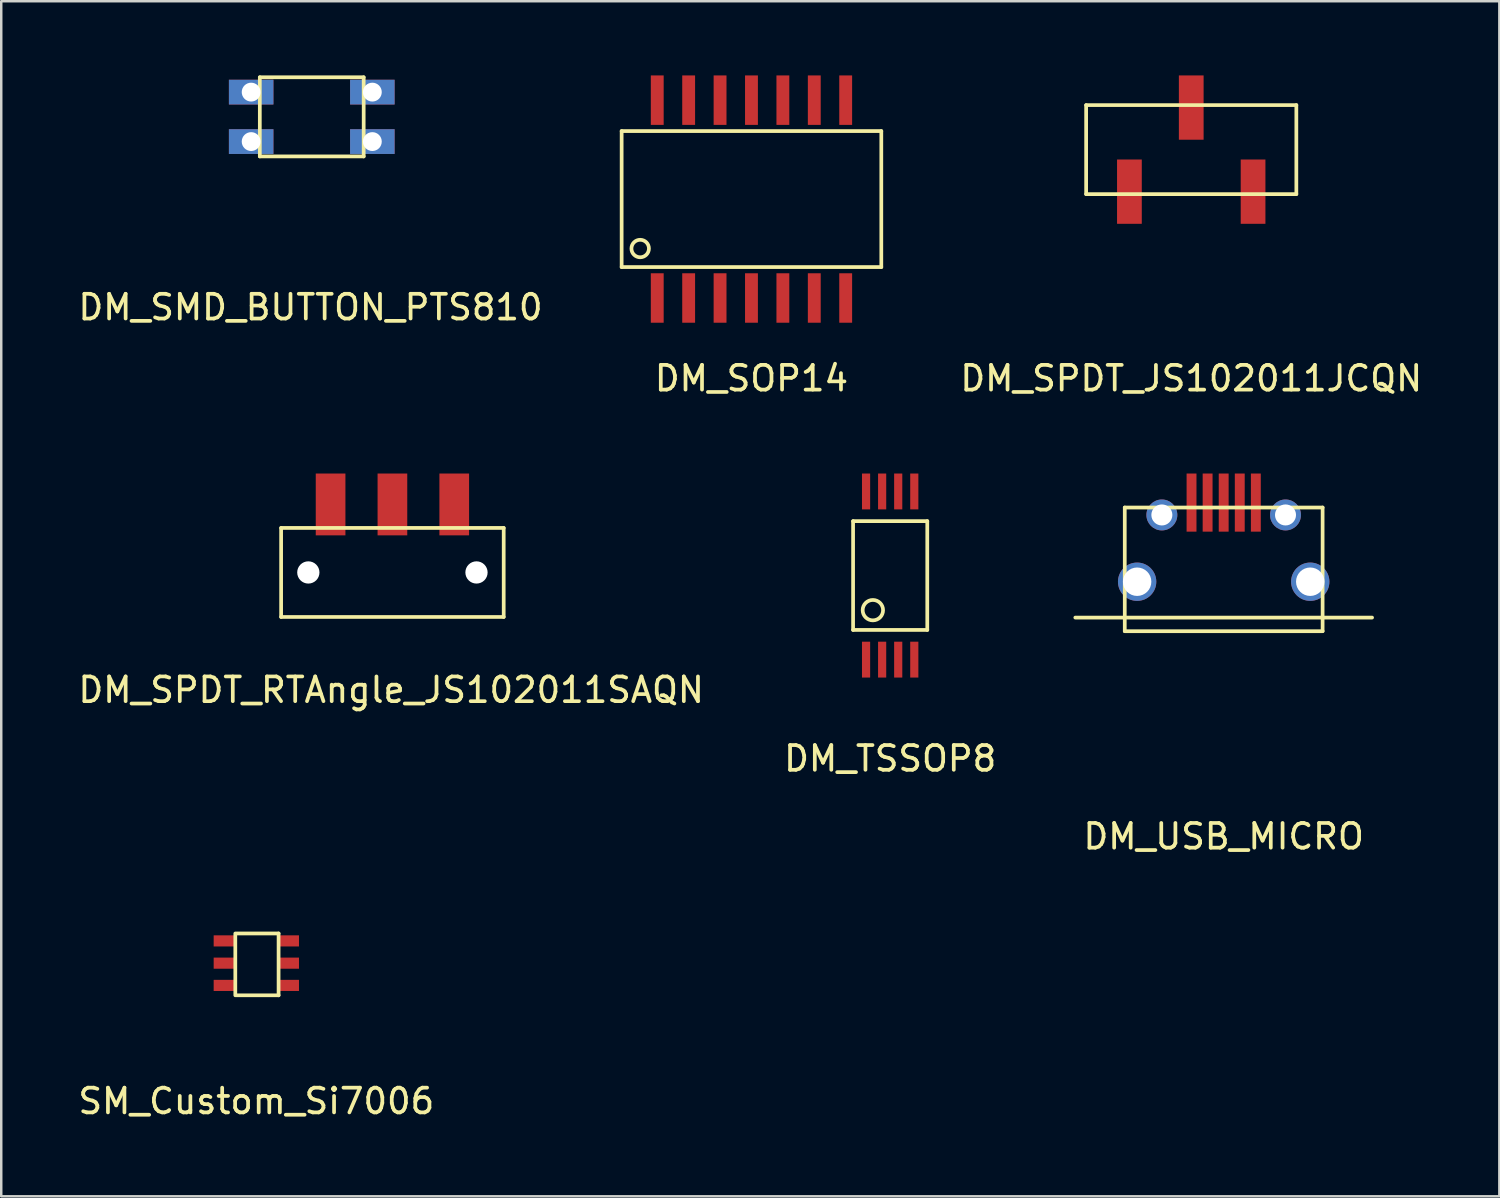
<source format=kicad_pcb>
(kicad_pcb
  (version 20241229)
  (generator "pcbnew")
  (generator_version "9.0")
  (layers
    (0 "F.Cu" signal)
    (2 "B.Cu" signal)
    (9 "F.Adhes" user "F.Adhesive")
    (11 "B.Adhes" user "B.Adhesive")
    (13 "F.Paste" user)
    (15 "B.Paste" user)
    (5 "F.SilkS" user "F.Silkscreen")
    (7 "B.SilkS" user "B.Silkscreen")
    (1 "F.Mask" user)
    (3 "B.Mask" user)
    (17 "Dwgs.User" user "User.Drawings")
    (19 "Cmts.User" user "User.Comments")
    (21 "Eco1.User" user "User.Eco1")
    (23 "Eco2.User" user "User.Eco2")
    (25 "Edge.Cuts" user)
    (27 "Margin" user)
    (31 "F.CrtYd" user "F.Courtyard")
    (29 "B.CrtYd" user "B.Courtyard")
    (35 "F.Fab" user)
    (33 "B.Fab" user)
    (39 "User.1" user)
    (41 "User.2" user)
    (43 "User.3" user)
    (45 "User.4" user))
  (footprint "SM_Custom_Si7006"
    (layer "F.Cu")
    (at 7.315 35.897)
    (property "Reference" "SM_Custom_Si7006" (at 0 5.58 0) (layer "F.SilkS") (effects (font (size 1 1) (thickness 0.15))))
    (attr through_hole)
    (fp_line (start -0.85 1.3) (end -0.85 -1.2) (stroke (width 0.15) (type solid)) (layer "F.SilkS"))
    (fp_line (start -0.8 -1.2) (end 0.9 -1.2) (stroke (width 0.15) (type solid)) (layer "F.SilkS"))
    (fp_line (start -0.8 1.3) (end 0.9 1.3) (stroke (width 0.15) (type solid)) (layer "F.SilkS"))
    (fp_line (start 0.9 -1.2) (end 0.9 1.3) (stroke (width 0.15) (type solid)) (layer "F.SilkS"))
    (pad "1" smd rect (at -1.3 -0.9) (size 0.85 0.45) (layers "F.Cu" "F.Mask" "F.Paste"))
    (pad "2" smd rect (at -1.3 0) (size 0.85 0.45) (layers "F.Cu" "F.Mask" "F.Paste"))
    (pad "3" smd rect (at -1.3 0.9) (size 0.85 0.45) (layers "F.Cu" "F.Mask" "F.Paste"))
    (pad "4" smd rect (at 1.3 0.9) (size 0.85 0.45) (layers "F.Cu" "F.Mask" "F.Paste"))
    (pad "5" smd rect (at 1.3 0) (size 0.85 0.45) (layers "F.Cu" "F.Mask" "F.Paste"))
    (pad "6" smd rect (at 1.3 -0.9) (size 0.85 0.45) (layers "F.Cu" "F.Mask" "F.Paste")))
  (footprint "DM_USB_MICRO"
    (layer "F.Cu")
    (at 46.432 20.473)
    (property "Reference" "DM_USB_MICRO" (at 0 10.3 0) (layer "F.SilkS") (effects (font (size 1 1) (thickness 0.15))))
    (attr through_hole)
    (fp_line (start -6 1.45) (end 6 1.45) (stroke (width 0.15) (type solid)) (layer "F.SilkS"))
    (fp_line (start -4 -3) (end 4 -3) (stroke (width 0.15) (type solid)) (layer "F.SilkS"))
    (fp_line (start -4 2) (end -4 -3) (stroke (width 0.15) (type solid)) (layer "F.SilkS"))
    (fp_line (start 4 -3) (end 4 2) (stroke (width 0.15) (type solid)) (layer "F.SilkS"))
    (fp_line (start 4 2) (end -4 2) (stroke (width 0.15) (type solid)) (layer "F.SilkS"))
    (pad "1" smd rect (at -1.3 -3.2) (size 0.4 2.35) (layers "F.Cu" "F.Mask" "F.Paste"))
    (pad "2" smd rect (at -0.65 -3.2) (size 0.4 2.35) (layers "F.Cu" "F.Mask" "F.Paste"))
    (pad "3" smd rect (at 0 -3.2) (size 0.4 2.35) (layers "F.Cu" "F.Mask" "F.Paste"))
    (pad "4" smd rect (at 0.65 -3.2) (size 0.4 2.35) (layers "F.Cu" "F.Mask" "F.Paste"))
    (pad "5" smd rect (at 1.3 -3.2) (size 0.4 2.35) (layers "F.Cu" "F.Mask" "F.Paste"))
    (pad "6" thru_hole circle (at -3.5 0) (size 1.55 1.55) (drill 1.15) (layers "*.Cu" "*.Mask"))
    (pad "6" thru_hole circle (at -2.5 -2.7) (size 1.25 1.25) (drill 0.85) (layers "*.Cu" "*.Mask"))
    (pad "6" thru_hole circle (at 2.5 -2.7) (size 1.25 1.25) (drill 0.85) (layers "*.Cu" "*.Mask"))
    (pad "6" thru_hole circle (at 3.5 0) (size 1.55 1.55) (drill 1.15) (layers "*.Cu" "*.Mask")))
  (footprint "DM_SPDT_RTAngle_JS102011SAQN"
    (layer "F.Cu")
    (at 12.818 20.098)
    (property "Reference" "DM_SPDT_RTAngle_JS102011SAQN" (at -0.05 4.75 0) (layer "F.SilkS") (effects (font (size 1 1) (thickness 0.15))))
    (attr through_hole)
    (fp_line (start -4.5 -1.8) (end -4.5 1.8) (stroke (width 0.15) (type solid)) (layer "F.SilkS"))
    (fp_line (start -4.5 1.8) (end 4.5 1.8) (stroke (width 0.15) (type solid)) (layer "F.SilkS"))
    (fp_line (start 4.5 -1.8) (end -4.5 -1.8) (stroke (width 0.15) (type solid)) (layer "F.SilkS"))
    (fp_line (start 4.5 1.8) (end 4.5 -1.8) (stroke (width 0.15) (type solid)) (layer "F.SilkS"))
    (pad "" np_thru_hole circle (at -3.4 0) (size 0.9 0.9) (drill 0.9) (layers "*.Cu" "*.Mask"))
    (pad "" np_thru_hole circle (at 3.4 0) (size 0.9 0.9) (drill 0.9) (layers "*.Cu" "*.Mask"))
    (pad "1" smd rect (at -2.5 -2.75) (size 1.2 2.5) (layers "F.Cu" "F.Mask" "F.Paste"))
    (pad "2" smd rect (at 0 -2.75) (size 1.2 2.5) (layers "F.Cu" "F.Mask" "F.Paste"))
    (pad "3" smd rect (at 2.5 -2.75) (size 1.2 2.5) (layers "F.Cu" "F.Mask" "F.Paste")))
  (footprint "DM_SOP14"
    (layer "F.Cu")
    (at 27.337 5)
    (property "Reference" "DM_SOP14" (at 0 7.25 0) (layer "F.SilkS") (effects (font (size 1 1) (thickness 0.15))))
    (attr through_hole)
    (fp_line (start -5.25 -2.75) (end -5.25 2.75) (stroke (width 0.15) (type solid)) (layer "F.SilkS"))
    (fp_line (start -5.25 2.75) (end 5.25 2.75) (stroke (width 0.15) (type solid)) (layer "F.SilkS"))
    (fp_line (start 5.25 -2.75) (end -5.25 -2.75) (stroke (width 0.15) (type solid)) (layer "F.SilkS"))
    (fp_line (start 5.25 2.75) (end 5.25 -2.75) (stroke (width 0.15) (type solid)) (layer "F.SilkS"))
    (fp_circle (center -4.5 2) (end -4.25 1.75) (stroke (width 0.15) (type solid)) (fill no) (layer "F.SilkS"))
    (pad "1" smd rect (at -3.81 4) (size 0.52 2) (layers "F.Cu" "F.Mask" "F.Paste"))
    (pad "2" smd rect (at -2.54 4) (size 0.52 2) (layers "F.Cu" "F.Mask" "F.Paste"))
    (pad "3" smd rect (at -1.27 4) (size 0.52 2) (layers "F.Cu" "F.Mask" "F.Paste"))
    (pad "4" smd rect (at 0 4) (size 0.52 2) (layers "F.Cu" "F.Mask" "F.Paste"))
    (pad "5" smd rect (at 1.27 4) (size 0.52 2) (layers "F.Cu" "F.Mask" "F.Paste"))
    (pad "6" smd rect (at 2.54 4) (size 0.52 2) (layers "F.Cu" "F.Mask" "F.Paste"))
    (pad "7" smd rect (at 3.81 4) (size 0.52 2) (layers "F.Cu" "F.Mask" "F.Paste"))
    (pad "8" smd rect (at 3.81 -4) (size 0.52 2) (layers "F.Cu" "F.Mask" "F.Paste"))
    (pad "9" smd rect (at 2.54 -4) (size 0.52 2) (layers "F.Cu" "F.Mask" "F.Paste"))
    (pad "10" smd rect (at 1.27 -4) (size 0.52 2) (layers "F.Cu" "F.Mask" "F.Paste"))
    (pad "11" smd rect (at 0 -4) (size 0.52 2) (layers "F.Cu" "F.Mask" "F.Paste"))
    (pad "12" smd rect (at -1.27 -4) (size 0.52 2) (layers "F.Cu" "F.Mask" "F.Paste"))
    (pad "13" smd rect (at -2.54 -4) (size 0.52 2) (layers "F.Cu" "F.Mask" "F.Paste"))
    (pad "14" smd rect (at -3.81 -4) (size 0.52 2) (layers "F.Cu" "F.Mask" "F.Paste")))
  (footprint "DM_TSSOP8"
    (layer "F.Cu")
    (at 32.946 20.223)
    (property "Reference" "DM_TSSOP8" (at 0 7.4 0) (layer "F.SilkS") (effects (font (size 1 1) (thickness 0.15))))
    (attr through_hole)
    (fp_line (start -1.5 -2.2) (end -1.5 2.2) (stroke (width 0.15) (type solid)) (layer "F.SilkS"))
    (fp_line (start -1.5 2.2) (end 1.5 2.2) (stroke (width 0.15) (type solid)) (layer "F.SilkS"))
    (fp_line (start 1.5 -2.2) (end -1.5 -2.2) (stroke (width 0.15) (type solid)) (layer "F.SilkS"))
    (fp_line (start 1.5 2.2) (end 1.5 -2.2) (stroke (width 0.15) (type solid)) (layer "F.SilkS"))
    (fp_circle (center -0.7 1.4) (end -0.3 1.3) (stroke (width 0.15) (type solid)) (fill no) (layer "F.SilkS"))
    (pad "1" smd rect (at -0.975 3.4) (size 0.33 1.45) (layers "F.Cu" "F.Mask" "F.Paste"))
    (pad "2" smd rect (at -0.325 3.4) (size 0.33 1.45) (layers "F.Cu" "F.Mask" "F.Paste"))
    (pad "3" smd rect (at 0.325 3.4) (size 0.33 1.45) (layers "F.Cu" "F.Mask" "F.Paste"))
    (pad "4" smd rect (at 0.975 3.4) (size 0.33 1.45) (layers "F.Cu" "F.Mask" "F.Paste"))
    (pad "5" smd rect (at 0.975 -3.4) (size 0.33 1.45) (layers "F.Cu" "F.Mask" "F.Paste"))
    (pad "6" smd rect (at 0.325 -3.4) (size 0.33 1.45) (layers "F.Cu" "F.Mask" "F.Paste"))
    (pad "7" smd rect (at -0.325 -3.4) (size 0.33 1.45) (layers "F.Cu" "F.Mask" "F.Paste"))
    (pad "8" smd rect (at -0.975 -3.4) (size 0.33 1.45) (layers "F.Cu" "F.Mask" "F.Paste")))
  (footprint "DM_SPDT_JS102011JCQN"
    (layer "F.Cu")
    (at 45.12 3)
    (property "Reference" "DM_SPDT_JS102011JCQN" (at 0 9.25 0) (layer "F.SilkS") (effects (font (size 1 1) (thickness 0.15))))
    (attr through_hole)
    (fp_line (start -4.25 -1.8) (end -4.25 1.8) (stroke (width 0.15) (type solid)) (layer "F.SilkS"))
    (fp_line (start -4.25 1.8) (end 4.25 1.8) (stroke (width 0.15) (type solid)) (layer "F.SilkS"))
    (fp_line (start 4.25 -1.8) (end -4.25 -1.8) (stroke (width 0.15) (type solid)) (layer "F.SilkS"))
    (fp_line (start 4.25 1.8) (end 4.25 -1.8) (stroke (width 0.15) (type solid)) (layer "F.SilkS"))
    (pad "1" smd rect (at -2.5 1.7) (size 1 2.6) (layers "F.Cu" "F.Mask" "F.Paste"))
    (pad "2" smd rect (at 0 -1.7) (size 1 2.6) (layers "F.Cu" "F.Mask" "F.Paste"))
    (pad "3" smd rect (at 2.5 1.7) (size 1 2.6) (layers "F.Cu" "F.Mask" "F.Paste")))
  (footprint "DM_SMD_BUTTON_PTS810"
    (layer "F.Cu")
    (at 9.556 1.675)
    (property "Reference" "DM_SMD_BUTTON_PTS810" (at -0.05 7.7 0) (layer "F.SilkS") (effects (font (size 1 1) (thickness 0.15))))
    (attr through_hole)
    (fp_line (start -2.1 -1.6) (end -2.1 1.6) (stroke (width 0.15) (type solid)) (layer "F.SilkS"))
    (fp_line (start -2.1 1.6) (end 2.1 1.6) (stroke (width 0.15) (type solid)) (layer "F.SilkS"))
    (fp_line (start 2.1 -1.6) (end -2.1 -1.6) (stroke (width 0.15) (type solid)) (layer "F.SilkS"))
    (fp_line (start 2.1 1.6) (end 2.1 -1.6) (stroke (width 0.15) (type solid)) (layer "F.SilkS"))
    (pad "1" thru_hole rect (at -2.45 -1) (size 1.8 1) (drill 0.762) (layers "*.Cu" "*.Mask"))
    (pad "1" thru_hole rect (at 2.45 -1) (size 1.8 1) (drill 0.762) (layers "*.Cu" "*.Mask"))
    (pad "2" thru_hole rect (at -2.45 1) (size 1.8 1) (drill 0.762) (layers "*.Cu" "*.Mask"))
    (pad "2" thru_hole rect (at 2.45 1) (size 1.8 1) (drill 0.762) (layers "*.Cu" "*.Mask")))
  (gr_rect
    (start -3 -3)
    (end 57.579 45.325)
    (stroke (width 0.1) (type default))
    (fill no)
    (layer "Edge.Cuts")))
</source>
